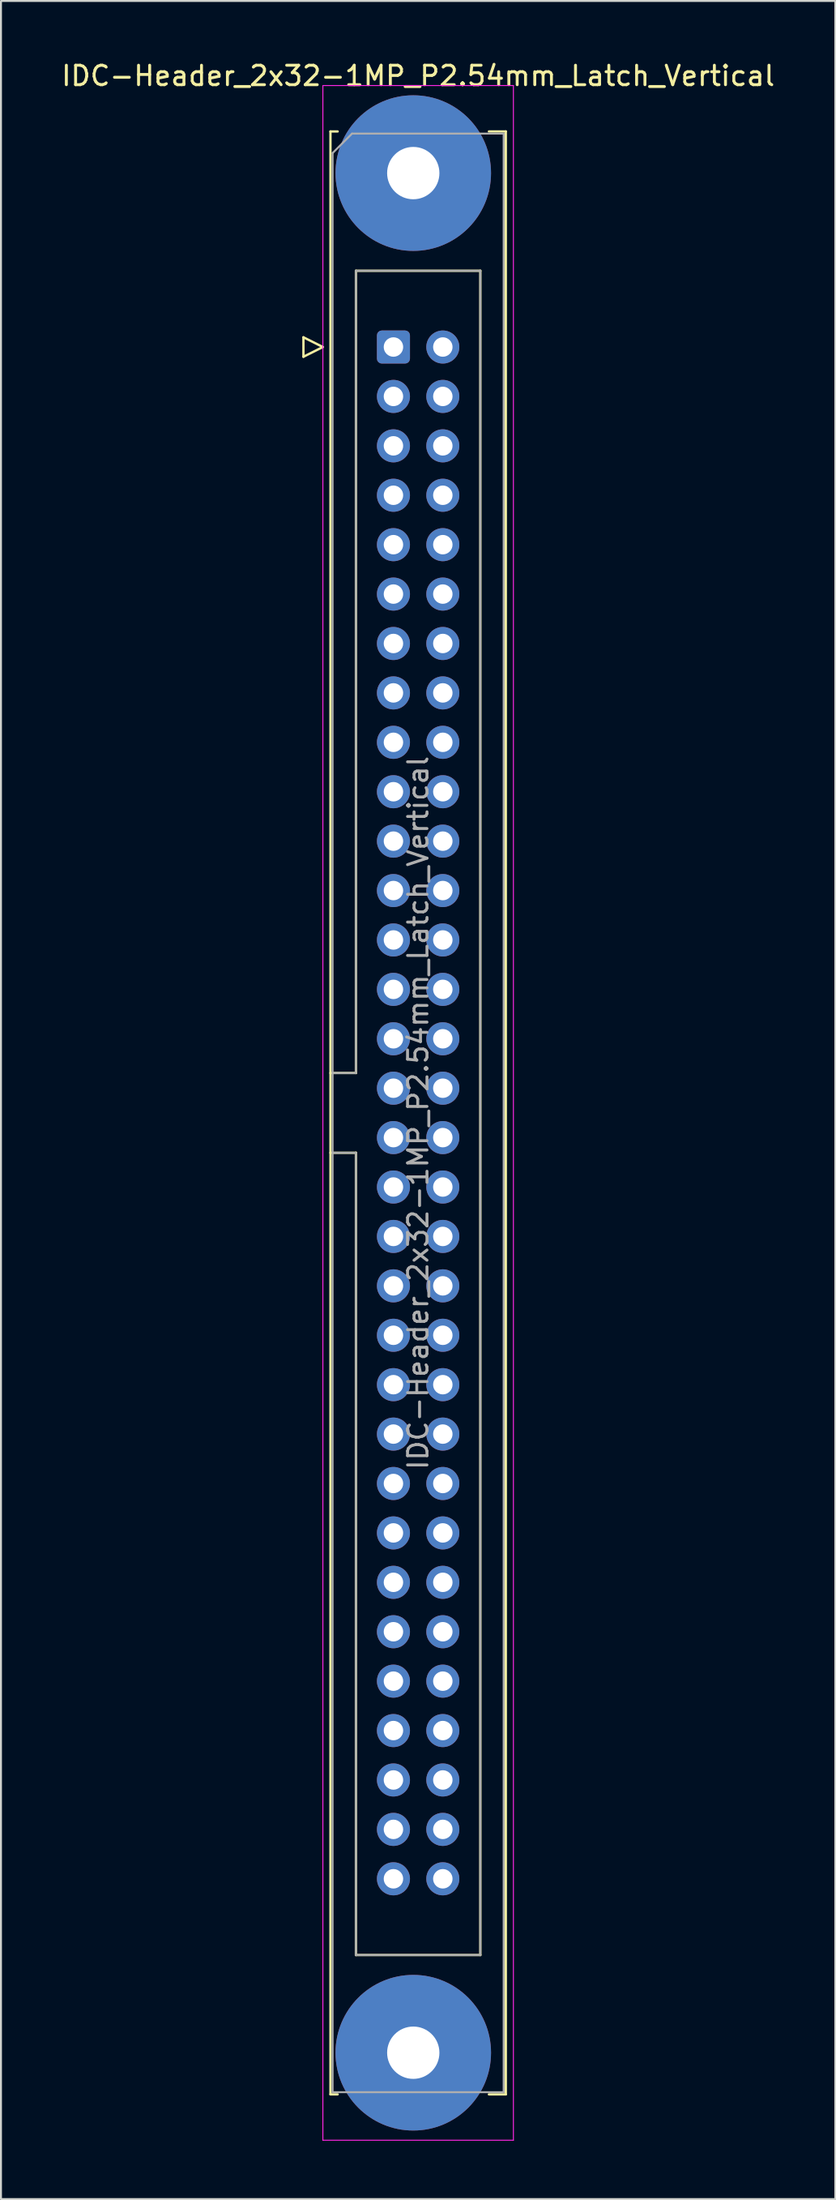
<source format=kicad_pcb>
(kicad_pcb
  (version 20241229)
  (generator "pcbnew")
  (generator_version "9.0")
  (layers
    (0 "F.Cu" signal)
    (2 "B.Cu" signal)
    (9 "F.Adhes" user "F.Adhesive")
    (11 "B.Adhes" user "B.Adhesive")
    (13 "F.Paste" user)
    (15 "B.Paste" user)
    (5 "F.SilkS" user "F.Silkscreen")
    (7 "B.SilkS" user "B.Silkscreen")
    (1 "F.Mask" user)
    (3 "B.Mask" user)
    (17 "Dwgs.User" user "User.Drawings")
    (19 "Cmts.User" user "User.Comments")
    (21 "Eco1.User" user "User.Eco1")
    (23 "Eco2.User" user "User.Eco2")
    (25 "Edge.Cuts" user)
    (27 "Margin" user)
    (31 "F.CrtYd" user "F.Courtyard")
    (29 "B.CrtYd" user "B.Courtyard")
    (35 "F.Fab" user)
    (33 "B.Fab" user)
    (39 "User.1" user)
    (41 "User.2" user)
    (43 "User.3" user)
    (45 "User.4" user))
  (footprint "IDC-Header_2x32-1MP_P2.54mm_Latch_Vertical"
    (layer "F.Cu")
    (at 17.188 14.788)
    (property "Reference" "IDC-Header_2x32-1MP_P2.54mm_Latch_Vertical" (at 1.27 -13.94 0) (layer "F.SilkS") (effects (font (size 1 1) (thickness 0.15))))
    (attr through_hole)
    (fp_line (start -4.63 -0.5) (end -4.63 0.5) (stroke (width 0.12) (type solid)) (layer "F.SilkS"))
    (fp_line (start -4.63 0.5) (end -3.63 0) (stroke (width 0.12) (type solid)) (layer "F.SilkS"))
    (fp_line (start -3.63 0) (end -4.63 -0.5) (stroke (width 0.12) (type solid)) (layer "F.SilkS"))
    (fp_line (start -3.24 -11.08) (end -3.24 89.82) (stroke (width 0.12) (type solid)) (layer "F.SilkS"))
    (fp_line (start -3.24 37.32) (end -1.93 37.32) (stroke (width 0.12) (type solid)) (layer "F.SilkS"))
    (fp_line (start -3.24 89.82) (end -2.87 89.82) (stroke (width 0.12) (type solid)) (layer "F.SilkS"))
    (fp_line (start -2.87 -11.08) (end -3.24 -11.08) (stroke (width 0.12) (type solid)) (layer "F.SilkS"))
    (fp_line (start -1.93 -3.92) (end 4.47 -3.92) (stroke (width 0.12) (type solid)) (layer "F.SilkS"))
    (fp_line (start -1.93 37.32) (end -1.93 -3.92) (stroke (width 0.12) (type solid)) (layer "F.SilkS"))
    (fp_line (start -1.93 41.42) (end -3.24 41.42) (stroke (width 0.12) (type solid)) (layer "F.SilkS"))
    (fp_line (start -1.93 41.42) (end -1.93 41.42) (stroke (width 0.12) (type solid)) (layer "F.SilkS"))
    (fp_line (start -1.93 82.66) (end -1.93 41.42) (stroke (width 0.12) (type solid)) (layer "F.SilkS"))
    (fp_line (start 4.47 -3.92) (end 4.47 82.66) (stroke (width 0.12) (type solid)) (layer "F.SilkS"))
    (fp_line (start 4.47 82.66) (end -1.93 82.66) (stroke (width 0.12) (type solid)) (layer "F.SilkS"))
    (fp_line (start 4.91 -11.08) (end 5.78 -11.08) (stroke (width 0.12) (type solid)) (layer "F.SilkS"))
    (fp_line (start 5.78 -11.08) (end 5.78 89.82) (stroke (width 0.12) (type solid)) (layer "F.SilkS"))
    (fp_line (start 5.78 89.82) (end 4.91 89.82) (stroke (width 0.12) (type solid)) (layer "F.SilkS"))
    (fp_line (start -3.63 -13.44) (end -3.63 92.18) (stroke (width 0.05) (type solid)) (layer "F.CrtYd"))
    (fp_line (start -3.63 92.18) (end 6.17 92.18) (stroke (width 0.05) (type solid)) (layer "F.CrtYd"))
    (fp_line (start 6.17 -13.44) (end -3.63 -13.44) (stroke (width 0.05) (type solid)) (layer "F.CrtYd"))
    (fp_line (start 6.17 92.18) (end 6.17 -13.44) (stroke (width 0.05) (type solid)) (layer "F.CrtYd"))
    (fp_line (start -3.13 -9.97) (end -2.13 -10.97) (stroke (width 0.1) (type solid)) (layer "F.Fab"))
    (fp_line (start -3.13 37.32) (end -1.93 37.32) (stroke (width 0.1) (type solid)) (layer "F.Fab"))
    (fp_line (start -3.13 89.71) (end -3.13 -9.97) (stroke (width 0.1) (type solid)) (layer "F.Fab"))
    (fp_line (start -2.13 -10.97) (end 5.67 -10.97) (stroke (width 0.1) (type solid)) (layer "F.Fab"))
    (fp_line (start -1.93 -3.92) (end 4.47 -3.92) (stroke (width 0.1) (type solid)) (layer "F.Fab"))
    (fp_line (start -1.93 37.32) (end -1.93 -3.92) (stroke (width 0.1) (type solid)) (layer "F.Fab"))
    (fp_line (start -1.93 41.42) (end -3.13 41.42) (stroke (width 0.1) (type solid)) (layer "F.Fab"))
    (fp_line (start -1.93 41.42) (end -1.93 41.42) (stroke (width 0.1) (type solid)) (layer "F.Fab"))
    (fp_line (start -1.93 82.66) (end -1.93 41.42) (stroke (width 0.1) (type solid)) (layer "F.Fab"))
    (fp_line (start 4.47 -3.92) (end 4.47 82.66) (stroke (width 0.1) (type solid)) (layer "F.Fab"))
    (fp_line (start 4.47 82.66) (end -1.93 82.66) (stroke (width 0.1) (type solid)) (layer "F.Fab"))
    (fp_line (start 5.67 -10.97) (end 5.67 89.71) (stroke (width 0.1) (type solid)) (layer "F.Fab"))
    (fp_line (start 5.67 89.71) (end -3.13 89.71) (stroke (width 0.1) (type solid)) (layer "F.Fab"))
    (fp_text user "${REFERENCE}" (at 1.27 39.37 90) (layer "F.Fab") (effects (font (size 1 1) (thickness 0.15))))
    (pad "1" thru_hole roundrect (at 0 0) (size 1.7 1.7) (drill 1) (layers "*.Cu" "*.Mask") (roundrect_rratio 0.147))
    (pad "2" thru_hole circle (at 2.54 0) (size 1.7 1.7) (drill 1) (layers "*.Cu" "*.Mask"))
    (pad "3" thru_hole circle (at 0 2.54) (size 1.7 1.7) (drill 1) (layers "*.Cu" "*.Mask"))
    (pad "4" thru_hole circle (at 2.54 2.54) (size 1.7 1.7) (drill 1) (layers "*.Cu" "*.Mask"))
    (pad "5" thru_hole circle (at 0 5.08) (size 1.7 1.7) (drill 1) (layers "*.Cu" "*.Mask"))
    (pad "6" thru_hole circle (at 2.54 5.08) (size 1.7 1.7) (drill 1) (layers "*.Cu" "*.Mask"))
    (pad "7" thru_hole circle (at 0 7.62) (size 1.7 1.7) (drill 1) (layers "*.Cu" "*.Mask"))
    (pad "8" thru_hole circle (at 2.54 7.62) (size 1.7 1.7) (drill 1) (layers "*.Cu" "*.Mask"))
    (pad "9" thru_hole circle (at 0 10.16) (size 1.7 1.7) (drill 1) (layers "*.Cu" "*.Mask"))
    (pad "10" thru_hole circle (at 2.54 10.16) (size 1.7 1.7) (drill 1) (layers "*.Cu" "*.Mask"))
    (pad "11" thru_hole circle (at 0 12.7) (size 1.7 1.7) (drill 1) (layers "*.Cu" "*.Mask"))
    (pad "12" thru_hole circle (at 2.54 12.7) (size 1.7 1.7) (drill 1) (layers "*.Cu" "*.Mask"))
    (pad "13" thru_hole circle (at 0 15.24) (size 1.7 1.7) (drill 1) (layers "*.Cu" "*.Mask"))
    (pad "14" thru_hole circle (at 2.54 15.24) (size 1.7 1.7) (drill 1) (layers "*.Cu" "*.Mask"))
    (pad "15" thru_hole circle (at 0 17.78) (size 1.7 1.7) (drill 1) (layers "*.Cu" "*.Mask"))
    (pad "16" thru_hole circle (at 2.54 17.78) (size 1.7 1.7) (drill 1) (layers "*.Cu" "*.Mask"))
    (pad "17" thru_hole circle (at 0 20.32) (size 1.7 1.7) (drill 1) (layers "*.Cu" "*.Mask"))
    (pad "18" thru_hole circle (at 2.54 20.32) (size 1.7 1.7) (drill 1) (layers "*.Cu" "*.Mask"))
    (pad "19" thru_hole circle (at 0 22.86) (size 1.7 1.7) (drill 1) (layers "*.Cu" "*.Mask"))
    (pad "20" thru_hole circle (at 2.54 22.86) (size 1.7 1.7) (drill 1) (layers "*.Cu" "*.Mask"))
    (pad "21" thru_hole circle (at 0 25.4) (size 1.7 1.7) (drill 1) (layers "*.Cu" "*.Mask"))
    (pad "22" thru_hole circle (at 2.54 25.4) (size 1.7 1.7) (drill 1) (layers "*.Cu" "*.Mask"))
    (pad "23" thru_hole circle (at 0 27.94) (size 1.7 1.7) (drill 1) (layers "*.Cu" "*.Mask"))
    (pad "24" thru_hole circle (at 2.54 27.94) (size 1.7 1.7) (drill 1) (layers "*.Cu" "*.Mask"))
    (pad "25" thru_hole circle (at 0 30.48) (size 1.7 1.7) (drill 1) (layers "*.Cu" "*.Mask"))
    (pad "26" thru_hole circle (at 2.54 30.48) (size 1.7 1.7) (drill 1) (layers "*.Cu" "*.Mask"))
    (pad "27" thru_hole circle (at 0 33.02) (size 1.7 1.7) (drill 1) (layers "*.Cu" "*.Mask"))
    (pad "28" thru_hole circle (at 2.54 33.02) (size 1.7 1.7) (drill 1) (layers "*.Cu" "*.Mask"))
    (pad "29" thru_hole circle (at 0 35.56) (size 1.7 1.7) (drill 1) (layers "*.Cu" "*.Mask"))
    (pad "30" thru_hole circle (at 2.54 35.56) (size 1.7 1.7) (drill 1) (layers "*.Cu" "*.Mask"))
    (pad "31" thru_hole circle (at 0 38.1) (size 1.7 1.7) (drill 1) (layers "*.Cu" "*.Mask"))
    (pad "32" thru_hole circle (at 2.54 38.1) (size 1.7 1.7) (drill 1) (layers "*.Cu" "*.Mask"))
    (pad "33" thru_hole circle (at 0 40.64) (size 1.7 1.7) (drill 1) (layers "*.Cu" "*.Mask"))
    (pad "34" thru_hole circle (at 2.54 40.64) (size 1.7 1.7) (drill 1) (layers "*.Cu" "*.Mask"))
    (pad "35" thru_hole circle (at 0 43.18) (size 1.7 1.7) (drill 1) (layers "*.Cu" "*.Mask"))
    (pad "36" thru_hole circle (at 2.54 43.18) (size 1.7 1.7) (drill 1) (layers "*.Cu" "*.Mask"))
    (pad "37" thru_hole circle (at 0 45.72) (size 1.7 1.7) (drill 1) (layers "*.Cu" "*.Mask"))
    (pad "38" thru_hole circle (at 2.54 45.72) (size 1.7 1.7) (drill 1) (layers "*.Cu" "*.Mask"))
    (pad "39" thru_hole circle (at 0 48.26) (size 1.7 1.7) (drill 1) (layers "*.Cu" "*.Mask"))
    (pad "40" thru_hole circle (at 2.54 48.26) (size 1.7 1.7) (drill 1) (layers "*.Cu" "*.Mask"))
    (pad "41" thru_hole circle (at 0 50.8) (size 1.7 1.7) (drill 1) (layers "*.Cu" "*.Mask"))
    (pad "42" thru_hole circle (at 2.54 50.8) (size 1.7 1.7) (drill 1) (layers "*.Cu" "*.Mask"))
    (pad "43" thru_hole circle (at 0 53.34) (size 1.7 1.7) (drill 1) (layers "*.Cu" "*.Mask"))
    (pad "44" thru_hole circle (at 2.54 53.34) (size 1.7 1.7) (drill 1) (layers "*.Cu" "*.Mask"))
    (pad "45" thru_hole circle (at 0 55.88) (size 1.7 1.7) (drill 1) (layers "*.Cu" "*.Mask"))
    (pad "46" thru_hole circle (at 2.54 55.88) (size 1.7 1.7) (drill 1) (layers "*.Cu" "*.Mask"))
    (pad "47" thru_hole circle (at 0 58.42) (size 1.7 1.7) (drill 1) (layers "*.Cu" "*.Mask"))
    (pad "48" thru_hole circle (at 2.54 58.42) (size 1.7 1.7) (drill 1) (layers "*.Cu" "*.Mask"))
    (pad "49" thru_hole circle (at 0 60.96) (size 1.7 1.7) (drill 1) (layers "*.Cu" "*.Mask"))
    (pad "50" thru_hole circle (at 2.54 60.96) (size 1.7 1.7) (drill 1) (layers "*.Cu" "*.Mask"))
    (pad "51" thru_hole circle (at 0 63.5) (size 1.7 1.7) (drill 1) (layers "*.Cu" "*.Mask"))
    (pad "52" thru_hole circle (at 2.54 63.5) (size 1.7 1.7) (drill 1) (layers "*.Cu" "*.Mask"))
    (pad "53" thru_hole circle (at 0 66.04) (size 1.7 1.7) (drill 1) (layers "*.Cu" "*.Mask"))
    (pad "54" thru_hole circle (at 2.54 66.04) (size 1.7 1.7) (drill 1) (layers "*.Cu" "*.Mask"))
    (pad "55" thru_hole circle (at 0 68.58) (size 1.7 1.7) (drill 1) (layers "*.Cu" "*.Mask"))
    (pad "56" thru_hole circle (at 2.54 68.58) (size 1.7 1.7) (drill 1) (layers "*.Cu" "*.Mask"))
    (pad "57" thru_hole circle (at 0 71.12) (size 1.7 1.7) (drill 1) (layers "*.Cu" "*.Mask"))
    (pad "58" thru_hole circle (at 2.54 71.12) (size 1.7 1.7) (drill 1) (layers "*.Cu" "*.Mask"))
    (pad "59" thru_hole circle (at 0 73.66) (size 1.7 1.7) (drill 1) (layers "*.Cu" "*.Mask"))
    (pad "60" thru_hole circle (at 2.54 73.66) (size 1.7 1.7) (drill 1) (layers "*.Cu" "*.Mask"))
    (pad "61" thru_hole circle (at 0 76.2) (size 1.7 1.7) (drill 1) (layers "*.Cu" "*.Mask"))
    (pad "62" thru_hole circle (at 2.54 76.2) (size 1.7 1.7) (drill 1) (layers "*.Cu" "*.Mask"))
    (pad "63" thru_hole circle (at 0 78.74) (size 1.7 1.7) (drill 1) (layers "*.Cu" "*.Mask"))
    (pad "64" thru_hole circle (at 2.54 78.74) (size 1.7 1.7) (drill 1) (layers "*.Cu" "*.Mask"))
    (pad "MP" thru_hole circle (at 1.02 -8.94) (size 8 8) (drill 2.69) (layers "*.Cu" "*.Mask"))
    (pad "MP" thru_hole circle (at 1.02 87.68) (size 8 8) (drill 2.69) (layers "*.Cu" "*.Mask")))
  (gr_rect
    (start -3 -3)
    (end 39.917 109.993)
    (stroke (width 0.1) (type default))
    (fill no)
    (layer "Edge.Cuts")))
</source>
